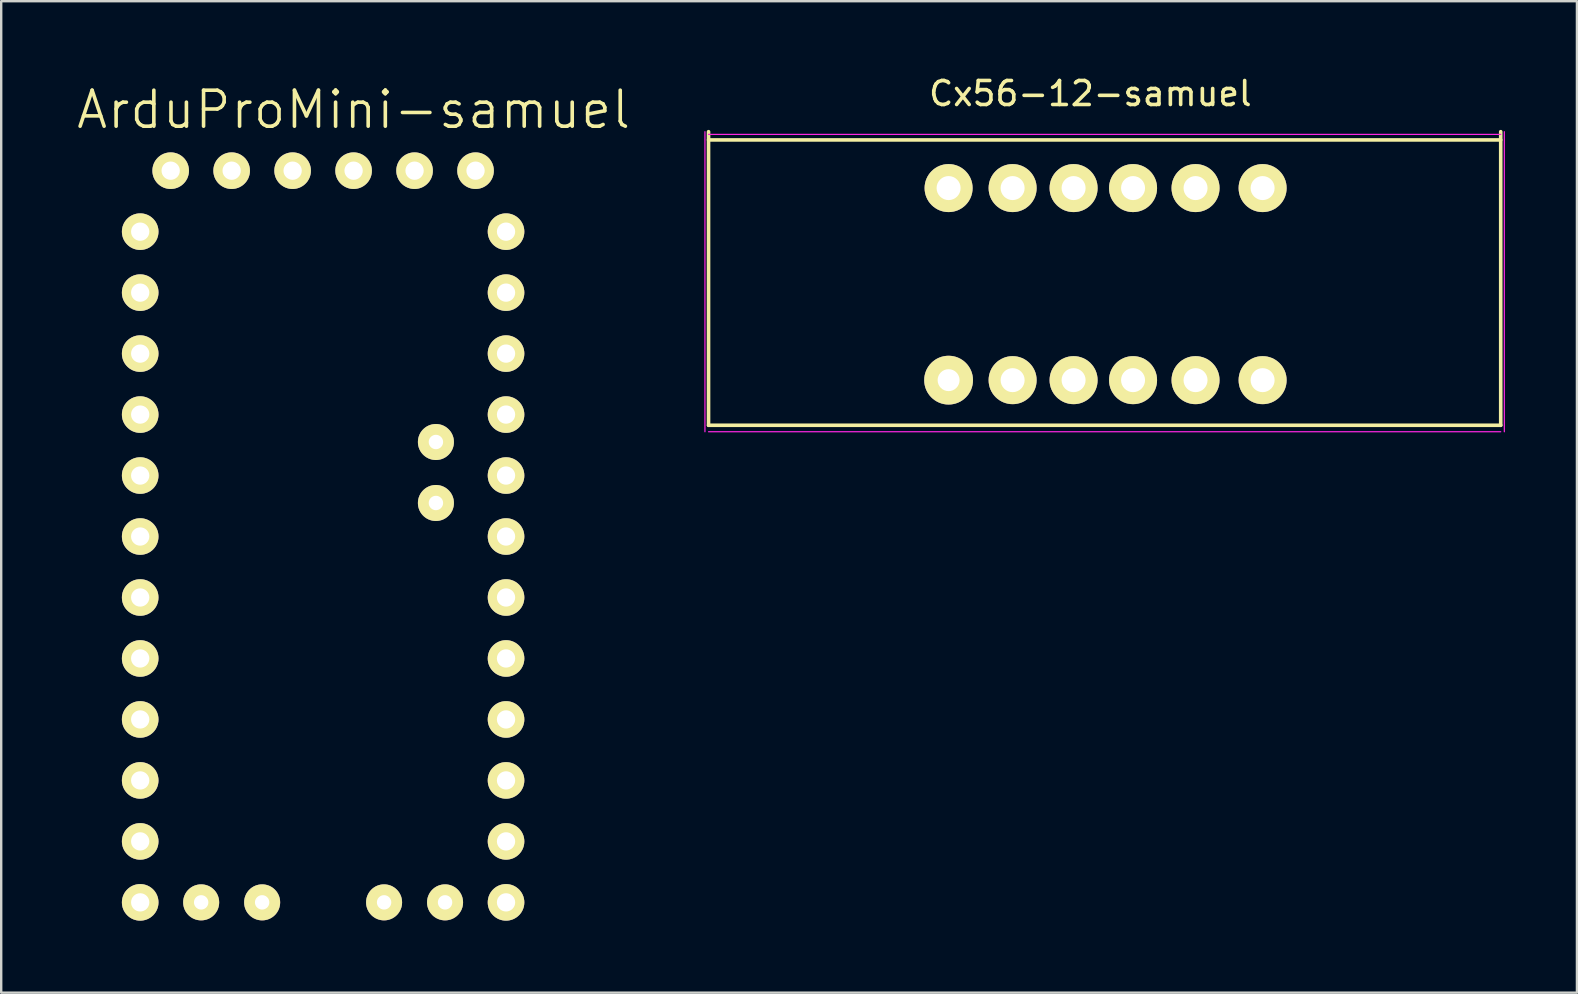
<source format=kicad_pcb>
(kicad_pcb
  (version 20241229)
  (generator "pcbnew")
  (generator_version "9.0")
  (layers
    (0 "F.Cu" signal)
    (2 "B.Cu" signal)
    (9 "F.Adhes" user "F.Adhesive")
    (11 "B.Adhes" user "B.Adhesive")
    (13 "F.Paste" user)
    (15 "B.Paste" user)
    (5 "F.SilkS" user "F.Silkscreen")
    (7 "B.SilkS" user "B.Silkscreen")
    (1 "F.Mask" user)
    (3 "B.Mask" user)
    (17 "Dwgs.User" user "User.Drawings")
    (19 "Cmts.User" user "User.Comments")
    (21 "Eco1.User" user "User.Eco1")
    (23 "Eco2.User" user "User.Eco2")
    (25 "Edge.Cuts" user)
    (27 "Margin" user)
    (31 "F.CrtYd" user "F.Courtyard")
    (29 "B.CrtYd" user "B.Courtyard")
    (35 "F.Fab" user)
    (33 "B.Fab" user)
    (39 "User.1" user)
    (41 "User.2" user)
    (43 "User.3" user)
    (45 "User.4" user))
  (footprint "Cx56-12-samuel"
    (layer "F.Cu")
    (at 36.466 12.786)
    (property "Reference" "Cx56-12-samuel" (at 5.905 -11.938 0) (layer "F.SilkS") (effects (font (size 1 1) (thickness 0.15))))
    (attr through_hole)
    (fp_line (start -10 -10.008) (end 23 -10.008) (stroke (width 0.15) (type solid)) (layer "F.SilkS"))
    (fp_line (start -10 1.88) (end -10 -10.35) (stroke (width 0.15) (type solid)) (layer "F.SilkS"))
    (fp_line (start 23 -10.35) (end 23 1.88) (stroke (width 0.15) (type solid)) (layer "F.SilkS"))
    (fp_line (start 23 1.88) (end -10 1.88) (stroke (width 0.15) (type solid)) (layer "F.SilkS"))
    (fp_line (start -10.15 2.15) (end -10.15 -10.35) (stroke (width 0.05) (type solid)) (layer "F.CrtYd"))
    (fp_line (start -10 -10.238) (end 23 -10.238) (stroke (width 0.05) (type solid)) (layer "F.CrtYd"))
    (fp_line (start 23 2.15) (end -10 2.15) (stroke (width 0.05) (type solid)) (layer "F.CrtYd"))
    (fp_line (start 23.15 -10.35) (end 23.15 2.15) (stroke (width 0.05) (type solid)) (layer "F.CrtYd"))
    (pad "1" thru_hole oval (at 0 0) (size 2.032 2.032) (drill 0.914) (layers "*.Cu" "*.Mask" "F.SilkS"))
    (pad "2" thru_hole circle (at 2.667 0) (size 2 2) (drill 1) (layers "*.Cu" "*.Mask" "F.SilkS"))
    (pad "3" thru_hole circle (at 5.207 0) (size 2 2) (drill 1) (layers "*.Cu" "*.Mask" "F.SilkS"))
    (pad "4" thru_hole circle (at 7.684 0) (size 2 2) (drill 1) (layers "*.Cu" "*.Mask" "F.SilkS"))
    (pad "5" thru_hole circle (at 10.287 0) (size 2 2) (drill 1) (layers "*.Cu" "*.Mask" "F.SilkS"))
    (pad "6" thru_hole circle (at 13.081 0) (size 2 2) (drill 1) (layers "*.Cu" "*.Mask" "F.SilkS"))
    (pad "7" thru_hole circle (at 13.081 -8.001) (size 2 2) (drill 1) (layers "*.Cu" "*.Mask" "F.SilkS"))
    (pad "8" thru_hole circle (at 10.287 -8.001) (size 2 2) (drill 1) (layers "*.Cu" "*.Mask" "F.SilkS"))
    (pad "9" thru_hole circle (at 7.684 -8.001) (size 2 2) (drill 1) (layers "*.Cu" "*.Mask" "F.SilkS"))
    (pad "10" thru_hole circle (at 5.207 -8.001) (size 2 2) (drill 1) (layers "*.Cu" "*.Mask" "F.SilkS"))
    (pad "11" thru_hole circle (at 2.667 -8.001) (size 2 2) (drill 1) (layers "*.Cu" "*.Mask" "F.SilkS"))
    (pad "12" thru_hole circle (at 0 -8.001) (size 2 2) (drill 1) (layers "*.Cu" "*.Mask" "F.SilkS")))
  (footprint "ArduProMini-samuel"
    (layer "F.Cu")
    (at 0.25 0.25)
    (property "Reference" "ArduProMini-samuel" (at 11.43 1.27 0) (layer "F.SilkS") (effects (font (size 1.5 1.5) (thickness 0.15))))
    (attr through_hole)
    (pad "1" thru_hole circle (at 3.81 3.81) (size 1.524 1.524) (drill 0.762) (layers "*.Cu" "*.Mask" "F.SilkS"))
    (pad "2" thru_hole circle (at 6.35 3.81) (size 1.524 1.524) (drill 0.762) (layers "*.Cu" "*.Mask" "F.SilkS"))
    (pad "3" thru_hole circle (at 8.89 3.81) (size 1.524 1.524) (drill 0.762) (layers "*.Cu" "*.Mask" "F.SilkS"))
    (pad "4" thru_hole circle (at 11.43 3.81) (size 1.524 1.524) (drill 0.762) (layers "*.Cu" "*.Mask" "F.SilkS"))
    (pad "5" thru_hole circle (at 13.97 3.81) (size 1.524 1.524) (drill 0.762) (layers "*.Cu" "*.Mask" "F.SilkS"))
    (pad "6" thru_hole circle (at 16.51 3.81) (size 1.524 1.524) (drill 0.762) (layers "*.Cu" "*.Mask" "F.SilkS"))
    (pad "7" thru_hole circle (at 2.54 6.35) (size 1.524 1.524) (drill 0.762) (layers "*.Cu" "*.Mask" "F.SilkS"))
    (pad "8" thru_hole circle (at 2.54 8.89) (size 1.524 1.524) (drill 0.762) (layers "*.Cu" "*.Mask" "F.SilkS"))
    (pad "9" thru_hole circle (at 2.54 11.43) (size 1.524 1.524) (drill 0.762) (layers "*.Cu" "*.Mask" "F.SilkS"))
    (pad "10" thru_hole circle (at 2.54 13.97) (size 1.524 1.524) (drill 0.762) (layers "*.Cu" "*.Mask" "F.SilkS"))
    (pad "11" thru_hole circle (at 2.54 16.51) (size 1.524 1.524) (drill 0.762) (layers "*.Cu" "*.Mask" "F.SilkS"))
    (pad "12" thru_hole circle (at 2.54 19.05) (size 1.524 1.524) (drill 0.762) (layers "*.Cu" "*.Mask" "F.SilkS"))
    (pad "13" thru_hole circle (at 2.54 21.59) (size 1.524 1.524) (drill 0.762) (layers "*.Cu" "*.Mask" "F.SilkS"))
    (pad "14" thru_hole circle (at 2.54 24.13) (size 1.524 1.524) (drill 0.762) (layers "*.Cu" "*.Mask" "F.SilkS"))
    (pad "15" thru_hole circle (at 2.54 26.67) (size 1.524 1.524) (drill 0.762) (layers "*.Cu" "*.Mask" "F.SilkS"))
    (pad "16" thru_hole circle (at 2.54 29.21) (size 1.524 1.524) (drill 0.762) (layers "*.Cu" "*.Mask" "F.SilkS"))
    (pad "17" thru_hole circle (at 2.54 31.75) (size 1.524 1.524) (drill 0.762) (layers "*.Cu" "*.Mask" "F.SilkS"))
    (pad "18" thru_hole circle (at 2.54 34.29) (size 1.524 1.524) (drill 0.762) (layers "*.Cu" "*.Mask" "F.SilkS"))
    (pad "19" thru_hole circle (at 17.78 6.35) (size 1.524 1.524) (drill 0.762) (layers "*.Cu" "*.Mask" "F.SilkS"))
    (pad "20" thru_hole circle (at 17.78 8.89) (size 1.524 1.524) (drill 0.762) (layers "*.Cu" "*.Mask" "F.SilkS"))
    (pad "21" thru_hole circle (at 17.78 11.43) (size 1.524 1.524) (drill 0.762) (layers "*.Cu" "*.Mask" "F.SilkS"))
    (pad "22" thru_hole circle (at 17.78 13.97) (size 1.524 1.524) (drill 0.762) (layers "*.Cu" "*.Mask" "F.SilkS"))
    (pad "23" thru_hole circle (at 17.78 16.51) (size 1.524 1.524) (drill 0.762) (layers "*.Cu" "*.Mask" "F.SilkS"))
    (pad "24" thru_hole circle (at 17.78 19.05) (size 1.524 1.524) (drill 0.762) (layers "*.Cu" "*.Mask" "F.SilkS"))
    (pad "25" thru_hole circle (at 17.78 21.59) (size 1.524 1.524) (drill 0.762) (layers "*.Cu" "*.Mask" "F.SilkS"))
    (pad "26" thru_hole circle (at 17.78 24.13) (size 1.524 1.524) (drill 0.762) (layers "*.Cu" "*.Mask" "F.SilkS"))
    (pad "27" thru_hole circle (at 17.78 26.67) (size 1.524 1.524) (drill 0.762) (layers "*.Cu" "*.Mask" "F.SilkS"))
    (pad "28" thru_hole circle (at 17.78 29.21) (size 1.524 1.524) (drill 0.762) (layers "*.Cu" "*.Mask" "F.SilkS"))
    (pad "29" thru_hole circle (at 17.78 31.75) (size 1.524 1.524) (drill 0.762) (layers "*.Cu" "*.Mask" "F.SilkS"))
    (pad "30" thru_hole circle (at 17.78 34.29) (size 1.524 1.524) (drill 0.762) (layers "*.Cu" "*.Mask" "F.SilkS"))
    (pad "31" thru_hole circle (at 14.859 15.113) (size 1.5 1.5) (drill 0.6) (layers "*.Cu" "*.Mask" "F.SilkS"))
    (pad "32" thru_hole circle (at 14.859 17.653) (size 1.5 1.5) (drill 0.6) (layers "*.Cu" "*.Mask" "F.SilkS"))
    (pad "33" thru_hole circle (at 5.08 34.29) (size 1.5 1.5) (drill 0.6) (layers "*.Cu" "*.Mask" "F.SilkS"))
    (pad "34" thru_hole circle (at 7.62 34.29) (size 1.5 1.5) (drill 0.6) (layers "*.Cu" "*.Mask" "F.SilkS"))
    (pad "35" thru_hole circle (at 12.7 34.29) (size 1.5 1.5) (drill 0.6) (layers "*.Cu" "*.Mask" "F.SilkS"))
    (pad "36" thru_hole circle (at 15.24 34.29) (size 1.5 1.5) (drill 0.6) (layers "*.Cu" "*.Mask" "F.SilkS")))
  (gr_rect
    (start -3 -3)
    (end 62.641 38.302)
    (stroke (width 0.1) (type default))
    (fill no)
    (layer "Edge.Cuts")))
</source>
